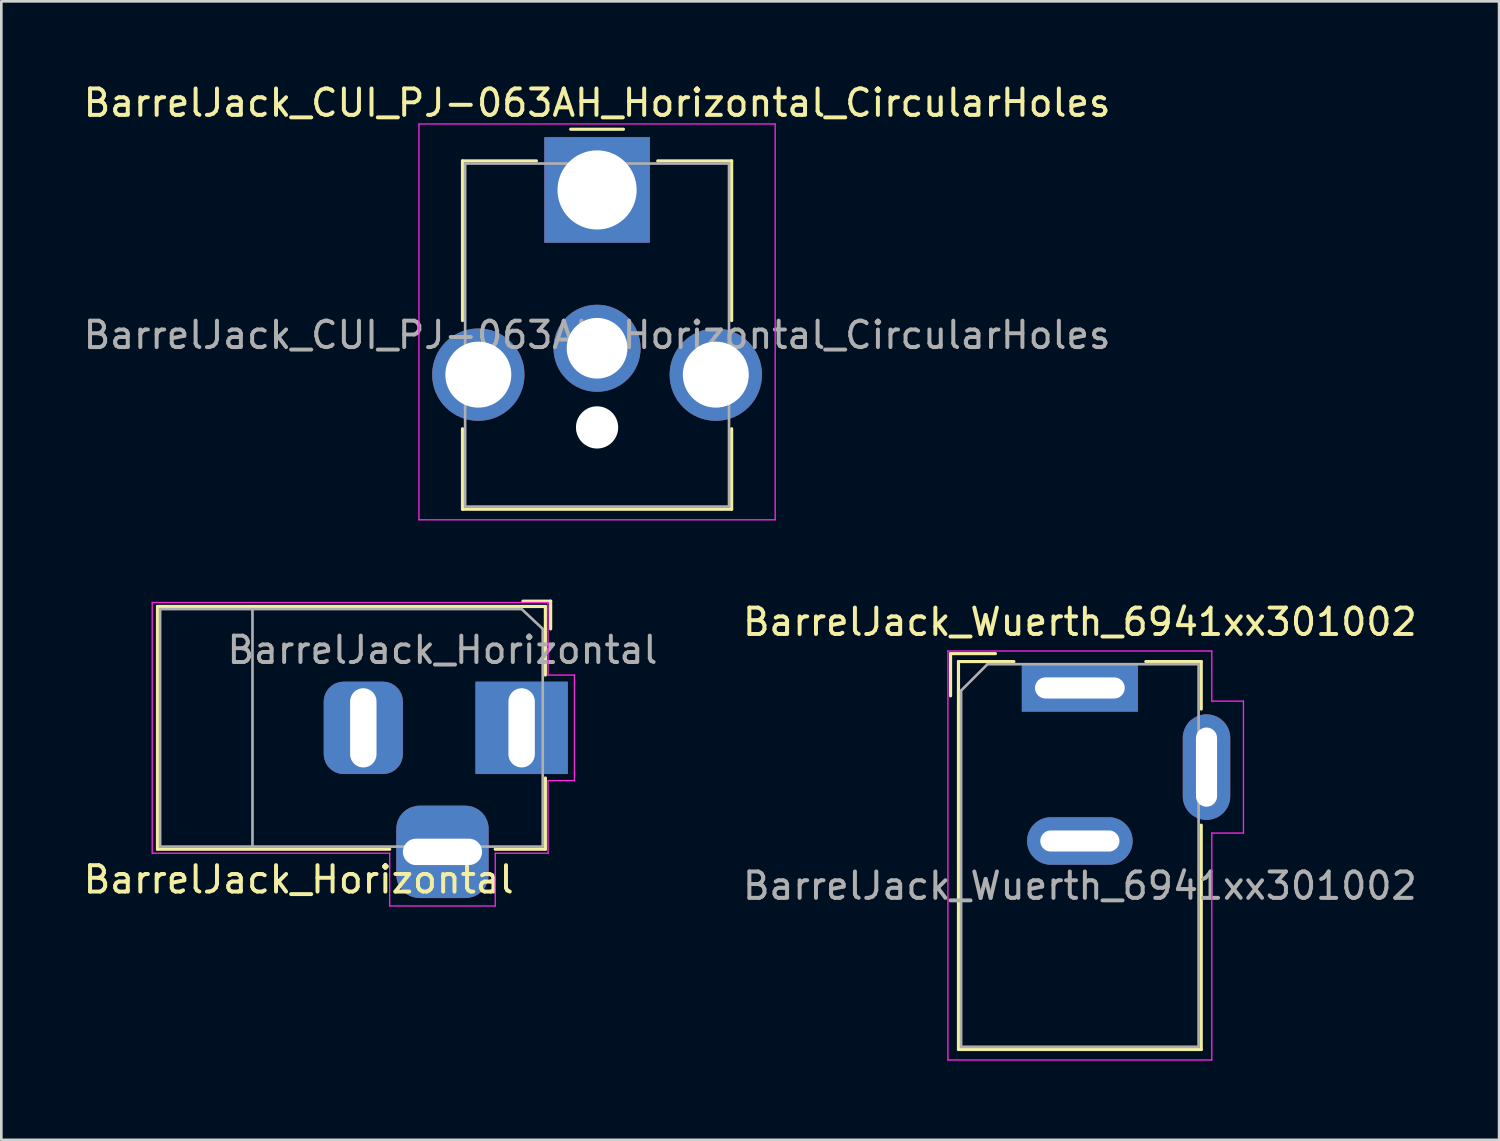
<source format=kicad_pcb>
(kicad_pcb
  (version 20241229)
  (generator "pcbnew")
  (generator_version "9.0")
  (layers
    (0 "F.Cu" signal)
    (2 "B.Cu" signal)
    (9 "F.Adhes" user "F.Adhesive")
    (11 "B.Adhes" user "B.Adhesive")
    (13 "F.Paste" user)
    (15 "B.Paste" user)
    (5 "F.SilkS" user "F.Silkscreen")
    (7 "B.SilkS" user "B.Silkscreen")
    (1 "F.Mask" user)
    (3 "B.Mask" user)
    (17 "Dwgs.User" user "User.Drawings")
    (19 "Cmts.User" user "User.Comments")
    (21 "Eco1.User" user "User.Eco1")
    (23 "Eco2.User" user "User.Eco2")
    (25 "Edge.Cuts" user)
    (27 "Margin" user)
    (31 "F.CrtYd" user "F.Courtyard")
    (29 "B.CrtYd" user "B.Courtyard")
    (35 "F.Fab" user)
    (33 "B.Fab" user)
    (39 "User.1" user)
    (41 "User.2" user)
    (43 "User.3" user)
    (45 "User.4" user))
  (footprint "BarrelJack_Horizontal"
    (layer "F.Cu")
    (at 16.718 24.533)
    (property "Reference" "BarrelJack_Horizontal" (at -8.45 5.75 0) (layer "F.SilkS") (effects (font (size 1 1) (thickness 0.15))))
    (attr through_hole)
    (fp_line (start -13.8 -4.6) (end 0.9 -4.6) (stroke (width 0.12) (type solid)) (layer "F.SilkS"))
    (fp_line (start -13.8 4.6) (end -13.8 -4.6) (stroke (width 0.12) (type solid)) (layer "F.SilkS"))
    (fp_line (start -5 4.6) (end -13.8 4.6) (stroke (width 0.12) (type solid)) (layer "F.SilkS"))
    (fp_line (start 0.05 -4.8) (end 1.1 -4.8) (stroke (width 0.12) (type solid)) (layer "F.SilkS"))
    (fp_line (start 0.9 -4.6) (end 0.9 -2) (stroke (width 0.12) (type solid)) (layer "F.SilkS"))
    (fp_line (start 0.9 1.9) (end 0.9 4.6) (stroke (width 0.12) (type solid)) (layer "F.SilkS"))
    (fp_line (start 0.9 4.6) (end -1 4.6) (stroke (width 0.12) (type solid)) (layer "F.SilkS"))
    (fp_line (start 1.1 -3.75) (end 1.1 -4.8) (stroke (width 0.12) (type solid)) (layer "F.SilkS"))
    (fp_line (start -14 4.75) (end -14 -4.75) (stroke (width 0.05) (type solid)) (layer "F.CrtYd"))
    (fp_line (start -5 4.75) (end -14 4.75) (stroke (width 0.05) (type solid)) (layer "F.CrtYd"))
    (fp_line (start -5 6.75) (end -5 4.75) (stroke (width 0.05) (type solid)) (layer "F.CrtYd"))
    (fp_line (start -1 4.75) (end -1 6.75) (stroke (width 0.05) (type solid)) (layer "F.CrtYd"))
    (fp_line (start -1 6.75) (end -5 6.75) (stroke (width 0.05) (type solid)) (layer "F.CrtYd"))
    (fp_line (start 1 -4.75) (end -14 -4.75) (stroke (width 0.05) (type solid)) (layer "F.CrtYd"))
    (fp_line (start 1 -4.5) (end 1 -4.75) (stroke (width 0.05) (type solid)) (layer "F.CrtYd"))
    (fp_line (start 1 -4.5) (end 1 -2) (stroke (width 0.05) (type solid)) (layer "F.CrtYd"))
    (fp_line (start 1 -2) (end 2 -2) (stroke (width 0.05) (type solid)) (layer "F.CrtYd"))
    (fp_line (start 1 2) (end 1 4.75) (stroke (width 0.05) (type solid)) (layer "F.CrtYd"))
    (fp_line (start 1 4.75) (end -1 4.75) (stroke (width 0.05) (type solid)) (layer "F.CrtYd"))
    (fp_line (start 2 -2) (end 2 2) (stroke (width 0.05) (type solid)) (layer "F.CrtYd"))
    (fp_line (start 2 2) (end 1 2) (stroke (width 0.05) (type solid)) (layer "F.CrtYd"))
    (fp_line (start -13.7 -4.5) (end -13.7 4.5) (stroke (width 0.1) (type solid)) (layer "F.Fab"))
    (fp_line (start -13.7 4.5) (end 0.8 4.5) (stroke (width 0.1) (type solid)) (layer "F.Fab"))
    (fp_line (start -10.2 -4.5) (end -10.2 4.5) (stroke (width 0.1) (type solid)) (layer "F.Fab"))
    (fp_line (start -0.003 -4.505) (end 0.8 -3.75) (stroke (width 0.1) (type solid)) (layer "F.Fab"))
    (fp_line (start 0 -4.5) (end -13.7 -4.5) (stroke (width 0.1) (type solid)) (layer "F.Fab"))
    (fp_line (start 0.8 4.5) (end 0.8 -3.75) (stroke (width 0.1) (type solid)) (layer "F.Fab"))
    (fp_text user "${REFERENCE}" (at -3 -2.95 0) (layer "F.Fab") (effects (font (size 1 1) (thickness 0.15))))
    (pad "1" thru_hole rect (at 0 0) (size 3.5 3.5) (drill oval 1 3) (layers "*.Cu" "*.Mask"))
    (pad "2" thru_hole roundrect (at -6 0) (size 3 3.5) (drill oval 1 3) (layers "*.Cu" "*.Mask") (roundrect_rratio 0.25))
    (pad "3" thru_hole roundrect (at -3 4.7) (size 3.5 3.5) (drill oval 3 1) (layers "*.Cu" "*.Mask") (roundrect_rratio 0.25)))
  (footprint "BarrelJack_CUI_PJ-063AH_Horizontal_CircularHoles"
    (layer "F.Cu")
    (at 19.577 4.148)
    (property "Reference" "BarrelJack_CUI_PJ-063AH_Horizontal_CircularHoles" (at 0 -3.3 0) (layer "F.SilkS") (effects (font (size 1 1) (thickness 0.15))))
    (attr through_hole)
    (fp_line (start -5.1 -1.1) (end -2.3 -1.1) (stroke (width 0.12) (type solid)) (layer "F.SilkS"))
    (fp_line (start -5.1 4.95) (end -5.1 -1.1) (stroke (width 0.12) (type solid)) (layer "F.SilkS"))
    (fp_line (start -5.1 12.1) (end -5.1 9.05) (stroke (width 0.12) (type solid)) (layer "F.SilkS"))
    (fp_line (start -1 -2.3) (end 1 -2.3) (stroke (width 0.12) (type solid)) (layer "F.SilkS"))
    (fp_line (start 2.3 -1.1) (end 5.1 -1.1) (stroke (width 0.12) (type solid)) (layer "F.SilkS"))
    (fp_line (start 5.1 -1.1) (end 5.1 4.95) (stroke (width 0.12) (type solid)) (layer "F.SilkS"))
    (fp_line (start 5.1 9.05) (end 5.1 12.1) (stroke (width 0.12) (type solid)) (layer "F.SilkS"))
    (fp_line (start 5.1 12.1) (end -5.1 12.1) (stroke (width 0.12) (type solid)) (layer "F.SilkS"))
    (fp_line (start -6.75 -2.5) (end -6.75 12.5) (stroke (width 0.05) (type solid)) (layer "F.CrtYd"))
    (fp_line (start -6.75 12.5) (end 6.75 12.5) (stroke (width 0.05) (type solid)) (layer "F.CrtYd"))
    (fp_line (start 6.75 -2.5) (end -6.75 -2.5) (stroke (width 0.05) (type solid)) (layer "F.CrtYd"))
    (fp_line (start 6.75 12.5) (end 6.75 -2.5) (stroke (width 0.05) (type solid)) (layer "F.CrtYd"))
    (fp_line (start -5 -1) (end -1 -1) (stroke (width 0.1) (type solid)) (layer "F.Fab"))
    (fp_line (start -5 12) (end -5 -1) (stroke (width 0.1) (type solid)) (layer "F.Fab"))
    (fp_line (start -1 -1) (end 0 0) (stroke (width 0.1) (type solid)) (layer "F.Fab"))
    (fp_line (start 0 0) (end 1 -1) (stroke (width 0.1) (type solid)) (layer "F.Fab"))
    (fp_line (start 1 -1) (end 5 -1) (stroke (width 0.1) (type solid)) (layer "F.Fab"))
    (fp_line (start 5 -1) (end 5 12) (stroke (width 0.1) (type solid)) (layer "F.Fab"))
    (fp_line (start 5 12) (end -5 12) (stroke (width 0.1) (type solid)) (layer "F.Fab"))
    (fp_text user "${REFERENCE}" (at 0 5.5 0) (layer "F.Fab") (effects (font (size 1 1) (thickness 0.15))))
    (pad "" np_thru_hole circle (at 0 9) (size 1.6 1.6) (drill 1.6) (layers "*.Cu" "*.Mask"))
    (pad "1" thru_hole rect (at 0 0) (size 4 4) (drill 3) (layers "*.Cu" "*.Mask"))
    (pad "2" thru_hole circle (at 0 6) (size 3.3 3.3) (drill 2.3) (layers "*.Cu" "*.Mask"))
    (pad "3" thru_hole circle (at -4.5 7) (size 3.5 3.5) (drill 2.5) (layers "*.Cu" "*.Mask"))
    (pad "3" thru_hole circle (at 4.5 7) (size 3.5 3.5) (drill 2.5) (layers "*.Cu" "*.Mask")))
  (footprint "BarrelJack_Wuerth_6941xx301002"
    (layer "F.Cu")
    (at 37.873 23.021)
    (property "Reference" "BarrelJack_Wuerth_6941xx301002" (at 0 -2.5 0) (layer "F.SilkS") (effects (font (size 1 1) (thickness 0.15))))
    (attr through_hole)
    (fp_line (start -4.9 -1.3) (end -4.9 0.3) (stroke (width 0.12) (type solid)) (layer "F.SilkS"))
    (fp_line (start -4.6 -1) (end -2.5 -1) (stroke (width 0.12) (type solid)) (layer "F.SilkS"))
    (fp_line (start -4.6 13.7) (end -4.6 -1) (stroke (width 0.12) (type solid)) (layer "F.SilkS"))
    (fp_line (start -3.2 -1.3) (end -4.9 -1.3) (stroke (width 0.12) (type solid)) (layer "F.SilkS"))
    (fp_line (start 2.5 -1) (end 4.6 -1) (stroke (width 0.12) (type solid)) (layer "F.SilkS"))
    (fp_line (start 4.6 -1) (end 4.6 0.8) (stroke (width 0.12) (type solid)) (layer "F.SilkS"))
    (fp_line (start 4.6 5.2) (end 4.6 13.7) (stroke (width 0.12) (type solid)) (layer "F.SilkS"))
    (fp_line (start 4.6 13.7) (end -4.6 13.7) (stroke (width 0.12) (type solid)) (layer "F.SilkS"))
    (fp_line (start -5 -1.4) (end -5 14.1) (stroke (width 0.05) (type solid)) (layer "F.CrtYd"))
    (fp_line (start -5 14.1) (end 5 14.1) (stroke (width 0.05) (type solid)) (layer "F.CrtYd"))
    (fp_line (start 5 -1.4) (end -5 -1.4) (stroke (width 0.05) (type solid)) (layer "F.CrtYd"))
    (fp_line (start 5 0.5) (end 5 -1.4) (stroke (width 0.05) (type solid)) (layer "F.CrtYd"))
    (fp_line (start 5 14.1) (end 5 5.5) (stroke (width 0.05) (type solid)) (layer "F.CrtYd"))
    (fp_line (start 6.2 0.5) (end 5 0.5) (stroke (width 0.05) (type solid)) (layer "F.CrtYd"))
    (fp_line (start 6.2 0.5) (end 6.2 5.5) (stroke (width 0.05) (type solid)) (layer "F.CrtYd"))
    (fp_line (start 6.2 5.5) (end 5 5.5) (stroke (width 0.05) (type solid)) (layer "F.CrtYd"))
    (fp_line (start -4.5 0.1) (end -3.5 -0.9) (stroke (width 0.1) (type solid)) (layer "F.Fab"))
    (fp_line (start -4.5 13.6) (end -4.5 0.1) (stroke (width 0.1) (type solid)) (layer "F.Fab"))
    (fp_line (start 4.5 -0.9) (end -3.5 -0.9) (stroke (width 0.1) (type solid)) (layer "F.Fab"))
    (fp_line (start 4.5 -0.9) (end 4.5 13.6) (stroke (width 0.1) (type solid)) (layer "F.Fab"))
    (fp_line (start 4.5 13.6) (end -4.5 13.6) (stroke (width 0.1) (type solid)) (layer "F.Fab"))
    (fp_text user "${REFERENCE}" (at 0 7.5 0) (layer "F.Fab") (effects (font (size 1 1) (thickness 0.15))))
    (pad "1" thru_hole rect (at 0 0) (size 4.4 1.8) (drill oval 3.4 0.8) (layers "*.Cu" "*.Mask"))
    (pad "2" thru_hole oval (at 0 5.8) (size 4 1.8) (drill oval 3 0.8) (layers "*.Cu" "*.Mask"))
    (pad "MP" thru_hole oval (at 4.8 3 90) (size 4 1.8) (drill oval 3 0.8) (layers "*.Cu" "*.Mask")))
  (gr_rect
    (start -3 -3)
    (end 53.76 40.147)
    (stroke (width 0.1) (type default))
    (fill no)
    (layer "Edge.Cuts")))
</source>
